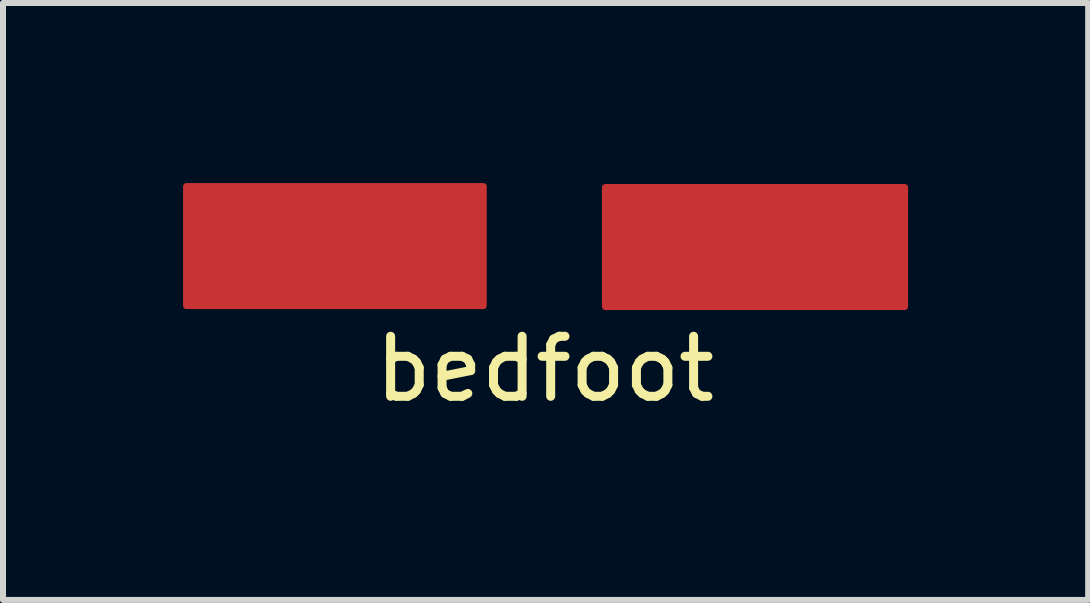
<source format=kicad_pcb>
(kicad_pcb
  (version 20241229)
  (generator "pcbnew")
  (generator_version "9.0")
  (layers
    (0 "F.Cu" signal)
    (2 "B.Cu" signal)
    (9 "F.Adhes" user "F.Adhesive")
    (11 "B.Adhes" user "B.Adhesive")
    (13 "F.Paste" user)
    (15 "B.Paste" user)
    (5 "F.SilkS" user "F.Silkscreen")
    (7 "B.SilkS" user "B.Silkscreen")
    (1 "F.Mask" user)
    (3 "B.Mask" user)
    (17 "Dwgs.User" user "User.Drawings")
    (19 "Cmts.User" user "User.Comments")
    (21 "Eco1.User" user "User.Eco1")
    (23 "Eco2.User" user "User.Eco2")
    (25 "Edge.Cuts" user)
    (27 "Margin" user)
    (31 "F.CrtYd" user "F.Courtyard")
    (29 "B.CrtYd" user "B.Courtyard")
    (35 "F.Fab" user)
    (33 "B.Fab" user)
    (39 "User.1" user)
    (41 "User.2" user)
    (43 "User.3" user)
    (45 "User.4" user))
  (footprint "bedfoot"
    (layer "F.Cu")
    (at 6.03 1.05)
    (property "Reference" "bedfoot" (at 0 2.048 0) (layer "F.SilkS") (effects (font (size 1 1) (thickness 0.15))))
    (attr through_hole)
    (pad "1" smd custom (at -3.5 0) (size 1.524 1.524) (layers "F.Cu" "F.Mask" "F.Paste") (options (anchor circle)) (primitives (gr_poly (pts (xy -2.48 -1) (xy 2.48 -1) (xy 2.48 1) (xy -2.48 1)) (width 0.1) (fill yes))))
    (pad "2" smd custom (at 3.5 0.016) (size 1.524 1.524) (layers "F.Cu" "F.Mask" "F.Paste") (options (anchor circle)) (primitives (gr_poly (pts (xy -2.5 -1) (xy 2.5 -1) (xy 2.5 1) (xy -2.5 1)) (width 0.1) (fill yes)))))
  (gr_rect
    (start -3 -3)
    (end 15.08 6.946)
    (stroke (width 0.1) (type default))
    (fill no)
    (layer "Edge.Cuts")))
</source>
